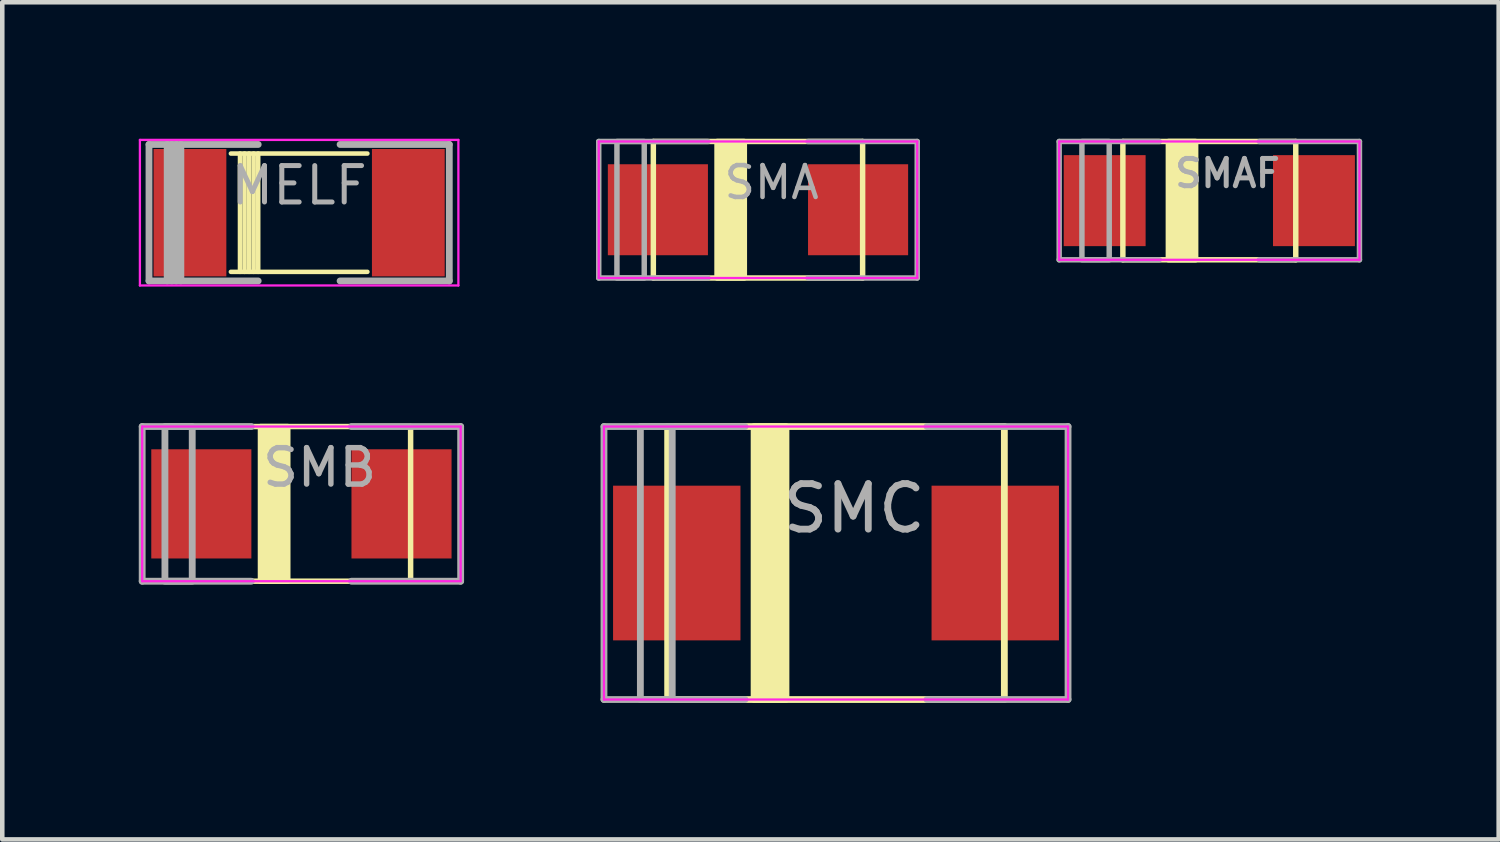
<source format=kicad_pcb>
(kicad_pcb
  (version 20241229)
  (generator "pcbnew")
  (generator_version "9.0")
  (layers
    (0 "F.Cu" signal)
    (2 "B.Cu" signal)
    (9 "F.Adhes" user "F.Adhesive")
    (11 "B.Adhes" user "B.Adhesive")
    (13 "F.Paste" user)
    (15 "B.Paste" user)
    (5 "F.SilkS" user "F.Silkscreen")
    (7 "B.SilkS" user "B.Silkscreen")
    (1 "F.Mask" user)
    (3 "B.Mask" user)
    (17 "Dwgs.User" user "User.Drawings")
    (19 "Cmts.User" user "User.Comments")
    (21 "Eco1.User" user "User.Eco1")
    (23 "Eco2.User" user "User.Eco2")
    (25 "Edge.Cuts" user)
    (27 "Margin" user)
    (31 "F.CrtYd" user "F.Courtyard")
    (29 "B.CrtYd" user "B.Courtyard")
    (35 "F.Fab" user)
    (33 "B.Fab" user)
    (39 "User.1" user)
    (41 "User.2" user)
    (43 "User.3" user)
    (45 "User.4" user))
  (footprint "SMC"
    (layer "F.Cu")
    (at 15.325 9.325)
    (property "Reference" "SMC" (at 0.4 -1.2 0) (layer "F.Fab") (effects (font (size 1 1) (thickness 0.15))))
    (attr smd)
    (fp_line (start -3.7 -3) (end -3.7 3) (stroke (width 0.15) (type solid)) (layer "F.SilkS"))
    (fp_line (start -3.7 3) (end 3.7 3) (stroke (width 0.15) (type solid)) (layer "F.SilkS"))
    (fp_line (start 3.7 -3) (end -3.7 -3) (stroke (width 0.15) (type solid)) (layer "F.SilkS"))
    (fp_line (start 3.7 3) (end 3.7 -3) (stroke (width 0.15) (type solid)) (layer "F.SilkS"))
    (fp_poly (pts (xy -1.1 3) (xy -1.8 3) (xy -1.8 -3) (xy -1.1 -3)) (stroke (width 0.15) (type solid)) (fill yes) (layer "F.SilkS"))
    (fp_line (start -5.1 -3) (end 5.1 -3) (stroke (width 0.05) (type solid)) (layer "F.CrtYd"))
    (fp_line (start -5.1 3) (end -5.1 -3) (stroke (width 0.05) (type solid)) (layer "F.CrtYd"))
    (fp_line (start 5.1 -3) (end 5.1 3) (stroke (width 0.05) (type solid)) (layer "F.CrtYd"))
    (fp_line (start 5.1 3) (end -5.1 3) (stroke (width 0.05) (type solid)) (layer "F.CrtYd"))
    (fp_line (start -5.1 -3) (end -5.1 3) (stroke (width 0.15) (type solid)) (layer "F.Fab"))
    (fp_line (start -5.1 3) (end -2 3) (stroke (width 0.15) (type solid)) (layer "F.Fab"))
    (fp_line (start -2 -3) (end -5.1 -3) (stroke (width 0.15) (type solid)) (layer "F.Fab"))
    (fp_line (start 2 -3) (end 5.1 -3) (stroke (width 0.15) (type solid)) (layer "F.Fab"))
    (fp_line (start 2 3) (end 5.1 3) (stroke (width 0.15) (type solid)) (layer "F.Fab"))
    (fp_line (start 5.1 -3) (end 5.1 3) (stroke (width 0.15) (type solid)) (layer "F.Fab"))
    (fp_poly (pts (xy -3.6 3) (xy -4.3 3) (xy -4.3 -3) (xy -3.6 -3)) (stroke (width 0.15) (type solid)) (fill no) (layer "F.Fab"))
    (pad "1" smd rect (at -3.5 0 90) (size 3.4 2.8) (layers "F.Cu" "F.Mask" "F.Paste"))
    (pad "2" smd rect (at 3.5 0 90) (size 3.4 2.8) (layers "F.Cu" "F.Mask" "F.Paste")))
  (footprint "SMB"
    (layer "F.Cu")
    (at 3.575 8.025)
    (property "Reference" "SMB" (at 0.4 -0.8 0) (layer "F.Fab") (effects (font (size 0.8 0.8) (thickness 0.12))))
    (attr smd)
    (fp_line (start -2.4 -1.7) (end 2.4 -1.7) (stroke (width 0.12) (type solid)) (layer "F.SilkS"))
    (fp_line (start -2.4 1.7) (end -2.4 -1.7) (stroke (width 0.12) (type solid)) (layer "F.SilkS"))
    (fp_line (start -2.4 1.7) (end 2.4 1.7) (stroke (width 0.12) (type solid)) (layer "F.SilkS"))
    (fp_line (start 2.4 -1.7) (end 2.4 1.7) (stroke (width 0.12) (type solid)) (layer "F.SilkS"))
    (fp_poly (pts (xy -0.3 1.7) (xy -0.9 1.7) (xy -0.9 -1.7) (xy -0.3 -1.7)) (stroke (width 0.12) (type solid)) (fill yes) (layer "F.SilkS"))
    (fp_line (start -3.5 1.7) (end -3.5 -1.7) (stroke (width 0.05) (type solid)) (layer "F.CrtYd"))
    (fp_line (start 3.5 -1.7) (end -3.5 -1.7) (stroke (width 0.05) (type solid)) (layer "F.CrtYd"))
    (fp_line (start 3.5 1.7) (end -3.5 1.7) (stroke (width 0.05) (type solid)) (layer "F.CrtYd"))
    (fp_line (start 3.5 1.7) (end 3.5 -1.7) (stroke (width 0.05) (type solid)) (layer "F.CrtYd"))
    (fp_line (start -3.5 -1.7) (end -3.5 1.7) (stroke (width 0.15) (type solid)) (layer "F.Fab"))
    (fp_line (start -3.5 -1.7) (end -1.1 -1.7) (stroke (width 0.15) (type solid)) (layer "F.Fab"))
    (fp_line (start -3.5 1.7) (end -1.1 1.7) (stroke (width 0.15) (type solid)) (layer "F.Fab"))
    (fp_line (start 1.1 -1.7) (end 3.5 -1.7) (stroke (width 0.15) (type solid)) (layer "F.Fab"))
    (fp_line (start 3.5 -1.7) (end 3.5 1.7) (stroke (width 0.15) (type solid)) (layer "F.Fab"))
    (fp_line (start 3.5 1.7) (end 1.1 1.7) (stroke (width 0.15) (type solid)) (layer "F.Fab"))
    (fp_poly (pts (xy -2.4 1.7) (xy -3 1.7) (xy -3 -1.7) (xy -2.4 -1.7)) (stroke (width 0.15) (type solid)) (fill no) (layer "F.Fab"))
    (pad "1" smd rect (at -2.2 0) (size 2.2 2.4) (layers "F.Cu" "F.Mask" "F.Paste"))
    (pad "2" smd rect (at 2.2 0) (size 2.2 2.4) (layers "F.Cu" "F.Mask" "F.Paste")))
  (footprint "MELF"
    (layer "F.Cu")
    (at 3.525 1.625)
    (property "Reference" "MELF" (at 0 -0.6 0) (layer "F.Fab") (effects (font (size 0.8 0.8) (thickness 0.11))))
    (attr smd)
    (fp_line (start -1.5 1.3) (end 1.5 1.3) (stroke (width 0.1) (type solid)) (layer "F.SilkS"))
    (fp_line (start -1.3 -1.3) (end -1.3 1.3) (stroke (width 0.1) (type solid)) (layer "F.SilkS"))
    (fp_line (start -1.2 1.3) (end -1.2 -1.3) (stroke (width 0.1) (type solid)) (layer "F.SilkS"))
    (fp_line (start -1.1 -1.3) (end -1.1 1.3) (stroke (width 0.1) (type solid)) (layer "F.SilkS"))
    (fp_line (start -1 1.3) (end -1 -1.3) (stroke (width 0.1) (type solid)) (layer "F.SilkS"))
    (fp_line (start -0.9 -1.3) (end -0.9 1.3) (stroke (width 0.1) (type solid)) (layer "F.SilkS"))
    (fp_line (start 1.5 -1.3) (end -1.5 -1.3) (stroke (width 0.1) (type solid)) (layer "F.SilkS"))
    (fp_line (start -3.5 -1.6) (end -3.5 1.6) (stroke (width 0.05) (type solid)) (layer "F.CrtYd"))
    (fp_line (start -3.5 1.6) (end 3.5 1.6) (stroke (width 0.05) (type solid)) (layer "F.CrtYd"))
    (fp_line (start 3.5 -1.6) (end -3.5 -1.6) (stroke (width 0.05) (type solid)) (layer "F.CrtYd"))
    (fp_line (start 3.5 1.6) (end 3.5 -1.6) (stroke (width 0.05) (type solid)) (layer "F.CrtYd"))
    (fp_line (start -3.3 -1.5) (end -3.3 1.5) (stroke (width 0.15) (type solid)) (layer "F.Fab"))
    (fp_line (start -3.3 1.5) (end -0.9 1.5) (stroke (width 0.15) (type solid)) (layer "F.Fab"))
    (fp_line (start -2.9 1.5) (end -2.9 -1.5) (stroke (width 0.15) (type solid)) (layer "F.Fab"))
    (fp_line (start -2.8 -1.5) (end -2.8 1.5) (stroke (width 0.15) (type solid)) (layer "F.Fab"))
    (fp_line (start -2.7 1.5) (end -2.7 -1.5) (stroke (width 0.15) (type solid)) (layer "F.Fab"))
    (fp_line (start -2.6 -1.5) (end -2.6 1.5) (stroke (width 0.15) (type solid)) (layer "F.Fab"))
    (fp_line (start -0.9 -1.5) (end -3.3 -1.5) (stroke (width 0.15) (type solid)) (layer "F.Fab"))
    (fp_line (start 0.9 1.5) (end 3.3 1.5) (stroke (width 0.15) (type solid)) (layer "F.Fab"))
    (fp_line (start 3.3 -1.5) (end 0.9 -1.5) (stroke (width 0.15) (type solid)) (layer "F.Fab"))
    (fp_line (start 3.3 1.5) (end 3.3 -1.5) (stroke (width 0.15) (type solid)) (layer "F.Fab"))
    (pad "1" smd rect (at -2.4 0) (size 1.6 2.8) (layers "F.Cu" "F.Mask" "F.Paste"))
    (pad "2" smd rect (at 2.4 0) (size 1.6 2.8) (layers "F.Cu" "F.Mask" "F.Paste")))
  (footprint "SMA"
    (layer "F.Cu")
    (at 13.61 1.56)
    (property "Reference" "SMA" (at 0.3 -0.6 0) (layer "F.Fab") (effects (font (size 0.7 0.7) (thickness 0.1))))
    (attr smd)
    (fp_line (start -2.3 -1.5) (end -2.3 1.5) (stroke (width 0.12) (type solid)) (layer "F.SilkS"))
    (fp_line (start -2.3 -1.5) (end 2.3 -1.5) (stroke (width 0.12) (type solid)) (layer "F.SilkS"))
    (fp_line (start -2.3 1.5) (end 2.3 1.5) (stroke (width 0.12) (type solid)) (layer "F.SilkS"))
    (fp_line (start 2.3 -1.5) (end 2.3 1.5) (stroke (width 0.12) (type solid)) (layer "F.SilkS"))
    (fp_poly (pts (xy -0.3 1.5) (xy -0.9 1.5) (xy -0.9 -1.5) (xy -0.3 -1.5)) (stroke (width 0.12) (type solid)) (fill yes) (layer "F.SilkS"))
    (fp_line (start -3.5 -1.5) (end -3.5 1.5) (stroke (width 0.05) (type solid)) (layer "F.CrtYd"))
    (fp_line (start -3.5 1.5) (end 3.5 1.5) (stroke (width 0.05) (type solid)) (layer "F.CrtYd"))
    (fp_line (start 3.5 -1.5) (end -3.5 -1.5) (stroke (width 0.05) (type solid)) (layer "F.CrtYd"))
    (fp_line (start 3.5 1.5) (end 3.5 -1.5) (stroke (width 0.05) (type solid)) (layer "F.CrtYd"))
    (fp_line (start -3.5 -1.5) (end -1.1 -1.5) (stroke (width 0.12) (type solid)) (layer "F.Fab"))
    (fp_line (start -3.5 1.5) (end -3.5 -1.5) (stroke (width 0.12) (type solid)) (layer "F.Fab"))
    (fp_line (start -1.1 1.5) (end -3.5 1.5) (stroke (width 0.12) (type solid)) (layer "F.Fab"))
    (fp_line (start 1.1 -1.5) (end 3.5 -1.5) (stroke (width 0.12) (type solid)) (layer "F.Fab"))
    (fp_line (start 3.5 -1.5) (end 3.5 1.5) (stroke (width 0.12) (type solid)) (layer "F.Fab"))
    (fp_line (start 3.5 1.5) (end 1.1 1.5) (stroke (width 0.12) (type solid)) (layer "F.Fab"))
    (fp_poly (pts (xy -2.5 1.5) (xy -3.1 1.5) (xy -3.1 -1.5) (xy -2.5 -1.5)) (stroke (width 0.12) (type solid)) (fill no) (layer "F.Fab"))
    (pad "1" smd rect (at -2.2 0) (size 2.2 2) (layers "F.Cu" "F.Mask" "F.Paste"))
    (pad "2" smd rect (at 2.2 0) (size 2.2 2) (layers "F.Cu" "F.Mask" "F.Paste")))
  (footprint "SMAF"
    (layer "F.Cu")
    (at 23.53 1.36)
    (property "Reference" "SMAF" (at 0.4 -0.6 0) (layer "F.Fab") (effects (font (size 0.6 0.6) (thickness 0.11) (bold yes))))
    (attr smd)
    (fp_line (start -1.9 -1.3) (end -1.9 1.3) (stroke (width 0.12) (type solid)) (layer "F.SilkS"))
    (fp_line (start -1.9 -1.3) (end 1.9 -1.3) (stroke (width 0.12) (type solid)) (layer "F.SilkS"))
    (fp_line (start -1.9 1.3) (end 1.9 1.3) (stroke (width 0.12) (type solid)) (layer "F.SilkS"))
    (fp_line (start 1.9 -1.3) (end 1.9 1.3) (stroke (width 0.12) (type solid)) (layer "F.SilkS"))
    (fp_poly (pts (xy -0.3 1.3) (xy -0.9 1.3) (xy -0.9 -1.3) (xy -0.3 -1.3)) (stroke (width 0.12) (type solid)) (fill yes) (layer "F.SilkS"))
    (fp_line (start -3.3 -1.3) (end -3.3 1.3) (stroke (width 0.05) (type solid)) (layer "F.CrtYd"))
    (fp_line (start -3.3 1.3) (end 3.3 1.3) (stroke (width 0.05) (type solid)) (layer "F.CrtYd"))
    (fp_line (start 3.3 -1.3) (end -3.3 -1.3) (stroke (width 0.05) (type solid)) (layer "F.CrtYd"))
    (fp_line (start 3.3 1.3) (end 3.3 -1.3) (stroke (width 0.05) (type solid)) (layer "F.CrtYd"))
    (fp_line (start -3.3 -1.3) (end -1.1 -1.3) (stroke (width 0.12) (type solid)) (layer "F.Fab"))
    (fp_line (start -3.3 1.3) (end -3.3 -1.3) (stroke (width 0.12) (type solid)) (layer "F.Fab"))
    (fp_line (start -1.1 1.3) (end -3.3 1.3) (stroke (width 0.12) (type solid)) (layer "F.Fab"))
    (fp_line (start 1.1 -1.3) (end 3.3 -1.3) (stroke (width 0.12) (type solid)) (layer "F.Fab"))
    (fp_line (start 3.3 -1.3) (end 3.3 1.3) (stroke (width 0.12) (type solid)) (layer "F.Fab"))
    (fp_line (start 3.3 1.3) (end 1.1 1.3) (stroke (width 0.12) (type solid)) (layer "F.Fab"))
    (fp_poly (pts (xy -2.2 1.3) (xy -2.8 1.3) (xy -2.8 -1.3) (xy -2.2 -1.3)) (stroke (width 0.12) (type solid)) (fill no) (layer "F.Fab"))
    (pad "1" smd rect (at -2.3 0) (size 1.8 2) (layers "F.Cu" "F.Mask" "F.Paste"))
    (pad "2" smd rect (at 2.3 0) (size 1.8 2) (layers "F.Cu" "F.Mask" "F.Paste")))
  (gr_rect
    (start -3 -3)
    (end 29.89 15.4)
    (stroke (width 0.1) (type default))
    (fill no)
    (layer "Edge.Cuts")))
</source>
